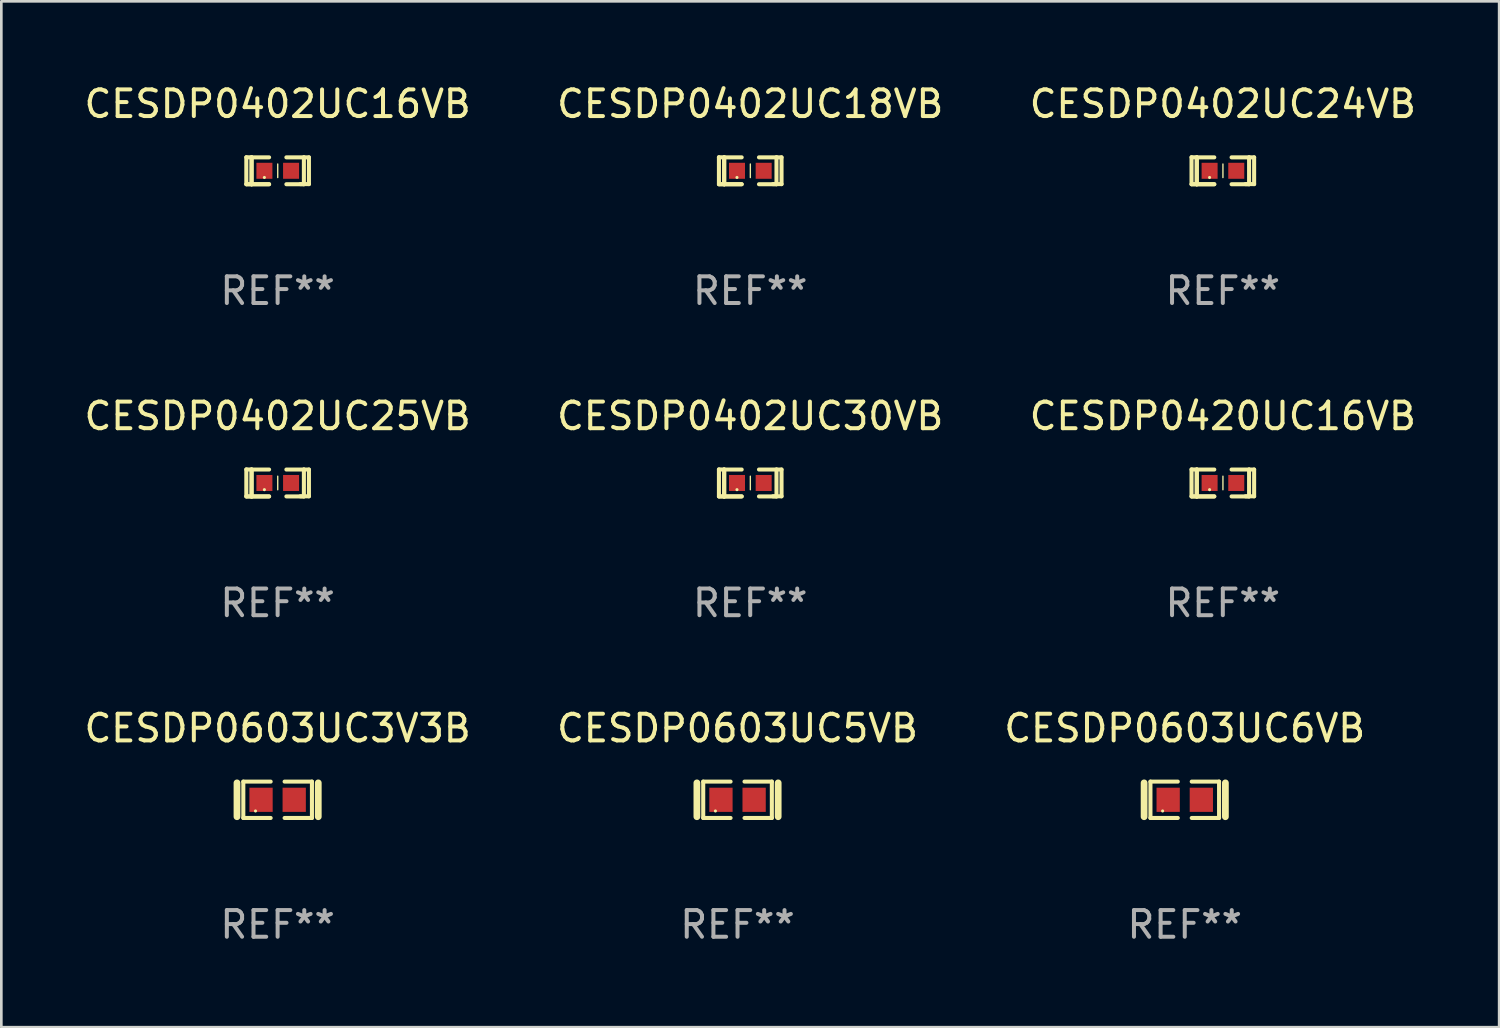
<source format=kicad_pcb>
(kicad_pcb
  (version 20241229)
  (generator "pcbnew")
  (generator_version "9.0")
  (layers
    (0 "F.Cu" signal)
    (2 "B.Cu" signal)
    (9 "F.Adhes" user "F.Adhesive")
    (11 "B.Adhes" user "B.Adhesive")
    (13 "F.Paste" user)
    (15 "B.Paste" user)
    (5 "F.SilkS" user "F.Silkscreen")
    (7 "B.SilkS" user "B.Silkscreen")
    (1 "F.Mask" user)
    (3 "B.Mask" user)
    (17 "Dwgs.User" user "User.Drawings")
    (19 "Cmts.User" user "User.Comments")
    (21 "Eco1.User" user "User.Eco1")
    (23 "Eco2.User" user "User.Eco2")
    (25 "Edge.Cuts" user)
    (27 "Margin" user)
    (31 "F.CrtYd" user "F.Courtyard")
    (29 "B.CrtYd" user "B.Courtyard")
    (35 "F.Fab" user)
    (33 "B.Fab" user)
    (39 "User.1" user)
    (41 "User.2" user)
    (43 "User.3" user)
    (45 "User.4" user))
  (footprint "CESDP0402UC18VB"
    (layer "F.Cu")
    (at 25.089 3.354)
    (property "Reference" "CESDP0402UC18VB" (at 0 -2.506 0) (layer "F.SilkS") (effects (font (size 1 1) (thickness 0.15))))
    (attr through_hole)
    (fp_line (start -1.174 -0.506) (end -0.977 -0.502) (stroke (width 0.152) (type solid)) (layer "F.SilkS"))
    (fp_line (start -1.174 0.506) (end -1.174 -0.506) (stroke (width 0.152) (type solid)) (layer "F.SilkS"))
    (fp_line (start -0.977 -0.502) (end -0.977 0.506) (stroke (width 0.152) (type solid)) (layer "F.SilkS"))
    (fp_line (start -0.977 -0.502) (end -0.977 0.506) (stroke (width 0.152) (type solid)) (layer "F.SilkS"))
    (fp_line (start -0.977 0.506) (end -1.166 0.506) (stroke (width 0.152) (type solid)) (layer "F.SilkS"))
    (fp_line (start -0.977 0.506) (end -0.32 0.506) (stroke (width 0.152) (type solid)) (layer "F.SilkS"))
    (fp_line (start -0.977 0.506) (end -0.32 0.506) (stroke (width 0.152) (type solid)) (layer "F.SilkS"))
    (fp_line (start -0.971 0.506) (end -1.174 0.506) (stroke (width 0.152) (type solid)) (layer "F.SilkS"))
    (fp_line (start -0.32 -0.502) (end -0.977 -0.502) (stroke (width 0.152) (type solid)) (layer "F.SilkS"))
    (fp_line (start 0.004 -0.252) (end 0.004 0.256) (stroke (width 0.051) (type solid)) (layer "F.SilkS"))
    (fp_line (start 0.328 0.506) (end 0.985 0.506) (stroke (width 0.152) (type solid)) (layer "F.SilkS"))
    (fp_line (start 0.985 -0.502) (end 0.328 -0.502) (stroke (width 0.152) (type solid)) (layer "F.SilkS"))
    (fp_line (start 0.985 -0.502) (end 1.174 -0.502) (stroke (width 0.152) (type solid)) (layer "F.SilkS"))
    (fp_line (start 0.985 0.506) (end 0.985 -0.502) (stroke (width 0.152) (type solid)) (layer "F.SilkS"))
    (fp_line (start 1.174 -0.502) (end 1.174 0.502) (stroke (width 0.152) (type solid)) (layer "F.SilkS"))
    (fp_line (start 1.174 0.502) (end 0.851 0.502) (stroke (width 0.152) (type solid)) (layer "F.SilkS"))
    (fp_circle (center -0.497 0.253) (end -0.467 0.253) (stroke (width 0.06) (type solid)) (fill no) (layer "F.SilkS"))
    (fp_text user "REF**" (at 0 4.506 0) (layer "F.Fab") (effects (font (size 1 1) (thickness 0.15))))
    (pad "1" smd rect (at -0.496 0.002) (size 0.6 0.6) (layers "F.Cu" "F.Mask" "F.Paste"))
    (pad "2" smd rect (at 0.504 0.002) (size 0.6 0.6) (layers "F.Cu" "F.Mask" "F.Paste")))
  (footprint "CESDP0402UC30VB"
    (layer "F.Cu")
    (at 25.089 15.063)
    (property "Reference" "CESDP0402UC30VB" (at 0 -2.506 0) (layer "F.SilkS") (effects (font (size 1 1) (thickness 0.15))))
    (attr through_hole)
    (fp_line (start -1.174 -0.506) (end -0.977 -0.502) (stroke (width 0.152) (type solid)) (layer "F.SilkS"))
    (fp_line (start -1.174 0.506) (end -1.174 -0.506) (stroke (width 0.152) (type solid)) (layer "F.SilkS"))
    (fp_line (start -0.977 -0.502) (end -0.977 0.506) (stroke (width 0.152) (type solid)) (layer "F.SilkS"))
    (fp_line (start -0.977 -0.502) (end -0.977 0.506) (stroke (width 0.152) (type solid)) (layer "F.SilkS"))
    (fp_line (start -0.977 0.506) (end -1.166 0.506) (stroke (width 0.152) (type solid)) (layer "F.SilkS"))
    (fp_line (start -0.977 0.506) (end -0.32 0.506) (stroke (width 0.152) (type solid)) (layer "F.SilkS"))
    (fp_line (start -0.977 0.506) (end -0.32 0.506) (stroke (width 0.152) (type solid)) (layer "F.SilkS"))
    (fp_line (start -0.971 0.506) (end -1.174 0.506) (stroke (width 0.152) (type solid)) (layer "F.SilkS"))
    (fp_line (start -0.32 -0.502) (end -0.977 -0.502) (stroke (width 0.152) (type solid)) (layer "F.SilkS"))
    (fp_line (start 0.004 -0.252) (end 0.004 0.256) (stroke (width 0.051) (type solid)) (layer "F.SilkS"))
    (fp_line (start 0.328 0.506) (end 0.985 0.506) (stroke (width 0.152) (type solid)) (layer "F.SilkS"))
    (fp_line (start 0.985 -0.502) (end 0.328 -0.502) (stroke (width 0.152) (type solid)) (layer "F.SilkS"))
    (fp_line (start 0.985 -0.502) (end 1.174 -0.502) (stroke (width 0.152) (type solid)) (layer "F.SilkS"))
    (fp_line (start 0.985 0.506) (end 0.985 -0.502) (stroke (width 0.152) (type solid)) (layer "F.SilkS"))
    (fp_line (start 1.174 -0.502) (end 1.174 0.502) (stroke (width 0.152) (type solid)) (layer "F.SilkS"))
    (fp_line (start 1.174 0.502) (end 0.851 0.502) (stroke (width 0.152) (type solid)) (layer "F.SilkS"))
    (fp_circle (center -0.497 0.253) (end -0.467 0.253) (stroke (width 0.06) (type solid)) (fill no) (layer "F.SilkS"))
    (fp_text user "REF**" (at 0 4.506 0) (layer "F.Fab") (effects (font (size 1 1) (thickness 0.15))))
    (pad "1" smd rect (at -0.496 0.002) (size 0.6 0.6) (layers "F.Cu" "F.Mask" "F.Paste"))
    (pad "2" smd rect (at 0.504 0.002) (size 0.6 0.6) (layers "F.Cu" "F.Mask" "F.Paste")))
  (footprint "CESDP0603UC5VB"
    (layer "F.Cu")
    (at 24.613 26.948)
    (property "Reference" "CESDP0603UC5VB" (at 0 -2.682 0) (layer "F.SilkS") (effects (font (size 1 1) (thickness 0.15))))
    (attr through_hole)
    (fp_line (start -1.524 -0.635) (end -1.524 0.635) (stroke (width 0.254) (type solid)) (layer "F.SilkS"))
    (fp_line (start -1.287 -0.682) (end -0.261 -0.682) (stroke (width 0.152) (type solid)) (layer "F.SilkS"))
    (fp_line (start -1.287 0.682) (end -1.287 -0.682) (stroke (width 0.152) (type solid)) (layer "F.SilkS"))
    (fp_line (start -0.261 0.682) (end -1.287 0.682) (stroke (width 0.152) (type solid)) (layer "F.SilkS"))
    (fp_line (start 0.261 0.682) (end 1.287 0.682) (stroke (width 0.152) (type solid)) (layer "F.SilkS"))
    (fp_line (start 1.287 -0.682) (end 0.261 -0.682) (stroke (width 0.152) (type solid)) (layer "F.SilkS"))
    (fp_line (start 1.287 0.682) (end 1.287 -0.682) (stroke (width 0.152) (type solid)) (layer "F.SilkS"))
    (fp_line (start 1.524 -0.635) (end 1.524 0.635) (stroke (width 0.254) (type solid)) (layer "F.SilkS"))
    (fp_circle (center -0.83 0.42) (end -0.8 0.42) (stroke (width 0.06) (type solid)) (fill no) (layer "F.SilkS"))
    (fp_text user "REF**" (at 0 4.682 0) (layer "F.Fab") (effects (font (size 1 1) (thickness 0.15))))
    (pad "1" smd rect (at -0.622 0) (size 0.873 0.907) (layers "F.Cu" "F.Mask" "F.Paste"))
    (pad "2" smd rect (at 0.622 0) (size 0.873 0.907) (layers "F.Cu" "F.Mask" "F.Paste")))
  (footprint "CESDP0603UC6VB"
    (layer "F.Cu")
    (at 41.387 26.948)
    (property "Reference" "CESDP0603UC6VB" (at 0 -2.682 0) (layer "F.SilkS") (effects (font (size 1 1) (thickness 0.15))))
    (attr through_hole)
    (fp_line (start -1.524 -0.635) (end -1.524 0.635) (stroke (width 0.254) (type solid)) (layer "F.SilkS"))
    (fp_line (start -1.287 -0.682) (end -0.261 -0.682) (stroke (width 0.152) (type solid)) (layer "F.SilkS"))
    (fp_line (start -1.287 0.682) (end -1.287 -0.682) (stroke (width 0.152) (type solid)) (layer "F.SilkS"))
    (fp_line (start -0.261 0.682) (end -1.287 0.682) (stroke (width 0.152) (type solid)) (layer "F.SilkS"))
    (fp_line (start 0.261 0.682) (end 1.287 0.682) (stroke (width 0.152) (type solid)) (layer "F.SilkS"))
    (fp_line (start 1.287 -0.682) (end 0.261 -0.682) (stroke (width 0.152) (type solid)) (layer "F.SilkS"))
    (fp_line (start 1.287 0.682) (end 1.287 -0.682) (stroke (width 0.152) (type solid)) (layer "F.SilkS"))
    (fp_line (start 1.524 -0.635) (end 1.524 0.635) (stroke (width 0.254) (type solid)) (layer "F.SilkS"))
    (fp_circle (center -0.83 0.42) (end -0.8 0.42) (stroke (width 0.06) (type solid)) (fill no) (layer "F.SilkS"))
    (fp_text user "REF**" (at 0 4.682 0) (layer "F.Fab") (effects (font (size 1 1) (thickness 0.15))))
    (pad "1" smd rect (at -0.622 0) (size 0.873 0.907) (layers "F.Cu" "F.Mask" "F.Paste"))
    (pad "2" smd rect (at 0.622 0) (size 0.873 0.907) (layers "F.Cu" "F.Mask" "F.Paste")))
  (footprint "CESDP0603UC3V3B"
    (layer "F.Cu")
    (at 7.363 26.948)
    (property "Reference" "CESDP0603UC3V3B" (at 0 -2.682 0) (layer "F.SilkS") (effects (font (size 1 1) (thickness 0.15))))
    (attr through_hole)
    (fp_line (start -1.524 -0.635) (end -1.524 0.635) (stroke (width 0.254) (type solid)) (layer "F.SilkS"))
    (fp_line (start -1.287 -0.682) (end -0.261 -0.682) (stroke (width 0.152) (type solid)) (layer "F.SilkS"))
    (fp_line (start -1.287 0.682) (end -1.287 -0.682) (stroke (width 0.152) (type solid)) (layer "F.SilkS"))
    (fp_line (start -0.261 0.682) (end -1.287 0.682) (stroke (width 0.152) (type solid)) (layer "F.SilkS"))
    (fp_line (start 0.261 0.682) (end 1.287 0.682) (stroke (width 0.152) (type solid)) (layer "F.SilkS"))
    (fp_line (start 1.287 -0.682) (end 0.261 -0.682) (stroke (width 0.152) (type solid)) (layer "F.SilkS"))
    (fp_line (start 1.287 0.682) (end 1.287 -0.682) (stroke (width 0.152) (type solid)) (layer "F.SilkS"))
    (fp_line (start 1.524 -0.635) (end 1.524 0.635) (stroke (width 0.254) (type solid)) (layer "F.SilkS"))
    (fp_circle (center -0.83 0.42) (end -0.8 0.42) (stroke (width 0.06) (type solid)) (fill no) (layer "F.SilkS"))
    (fp_text user "REF**" (at 0 4.682 0) (layer "F.Fab") (effects (font (size 1 1) (thickness 0.15))))
    (pad "1" smd rect (at -0.622 0) (size 0.873 0.907) (layers "F.Cu" "F.Mask" "F.Paste"))
    (pad "2" smd rect (at 0.622 0) (size 0.873 0.907) (layers "F.Cu" "F.Mask" "F.Paste")))
  (footprint "CESDP0420UC16VB"
    (layer "F.Cu")
    (at 42.815 15.063)
    (property "Reference" "CESDP0420UC16VB" (at 0 -2.506 0) (layer "F.SilkS") (effects (font (size 1 1) (thickness 0.15))))
    (attr through_hole)
    (fp_line (start -1.174 -0.506) (end -0.977 -0.502) (stroke (width 0.152) (type solid)) (layer "F.SilkS"))
    (fp_line (start -1.174 0.506) (end -1.174 -0.506) (stroke (width 0.152) (type solid)) (layer "F.SilkS"))
    (fp_line (start -0.977 -0.502) (end -0.977 0.506) (stroke (width 0.152) (type solid)) (layer "F.SilkS"))
    (fp_line (start -0.977 -0.502) (end -0.977 0.506) (stroke (width 0.152) (type solid)) (layer "F.SilkS"))
    (fp_line (start -0.977 0.506) (end -1.166 0.506) (stroke (width 0.152) (type solid)) (layer "F.SilkS"))
    (fp_line (start -0.977 0.506) (end -0.32 0.506) (stroke (width 0.152) (type solid)) (layer "F.SilkS"))
    (fp_line (start -0.977 0.506) (end -0.32 0.506) (stroke (width 0.152) (type solid)) (layer "F.SilkS"))
    (fp_line (start -0.971 0.506) (end -1.174 0.506) (stroke (width 0.152) (type solid)) (layer "F.SilkS"))
    (fp_line (start -0.32 -0.502) (end -0.977 -0.502) (stroke (width 0.152) (type solid)) (layer "F.SilkS"))
    (fp_line (start 0.004 -0.252) (end 0.004 0.256) (stroke (width 0.051) (type solid)) (layer "F.SilkS"))
    (fp_line (start 0.328 0.506) (end 0.985 0.506) (stroke (width 0.152) (type solid)) (layer "F.SilkS"))
    (fp_line (start 0.985 -0.502) (end 0.328 -0.502) (stroke (width 0.152) (type solid)) (layer "F.SilkS"))
    (fp_line (start 0.985 -0.502) (end 1.174 -0.502) (stroke (width 0.152) (type solid)) (layer "F.SilkS"))
    (fp_line (start 0.985 0.506) (end 0.985 -0.502) (stroke (width 0.152) (type solid)) (layer "F.SilkS"))
    (fp_line (start 1.174 -0.502) (end 1.174 0.502) (stroke (width 0.152) (type solid)) (layer "F.SilkS"))
    (fp_line (start 1.174 0.502) (end 0.851 0.502) (stroke (width 0.152) (type solid)) (layer "F.SilkS"))
    (fp_circle (center -0.497 0.253) (end -0.467 0.253) (stroke (width 0.06) (type solid)) (fill no) (layer "F.SilkS"))
    (fp_text user "REF**" (at 0 4.506 0) (layer "F.Fab") (effects (font (size 1 1) (thickness 0.15))))
    (pad "1" smd rect (at -0.496 0.002) (size 0.6 0.6) (layers "F.Cu" "F.Mask" "F.Paste"))
    (pad "2" smd rect (at 0.504 0.002) (size 0.6 0.6) (layers "F.Cu" "F.Mask" "F.Paste")))
  (footprint "CESDP0402UC25VB"
    (layer "F.Cu")
    (at 7.363 15.063)
    (property "Reference" "CESDP0402UC25VB" (at 0 -2.506 0) (layer "F.SilkS") (effects (font (size 1 1) (thickness 0.15))))
    (attr through_hole)
    (fp_line (start -1.174 -0.506) (end -0.977 -0.502) (stroke (width 0.152) (type solid)) (layer "F.SilkS"))
    (fp_line (start -1.174 0.506) (end -1.174 -0.506) (stroke (width 0.152) (type solid)) (layer "F.SilkS"))
    (fp_line (start -0.977 -0.502) (end -0.977 0.506) (stroke (width 0.152) (type solid)) (layer "F.SilkS"))
    (fp_line (start -0.977 -0.502) (end -0.977 0.506) (stroke (width 0.152) (type solid)) (layer "F.SilkS"))
    (fp_line (start -0.977 0.506) (end -1.166 0.506) (stroke (width 0.152) (type solid)) (layer "F.SilkS"))
    (fp_line (start -0.977 0.506) (end -0.32 0.506) (stroke (width 0.152) (type solid)) (layer "F.SilkS"))
    (fp_line (start -0.977 0.506) (end -0.32 0.506) (stroke (width 0.152) (type solid)) (layer "F.SilkS"))
    (fp_line (start -0.971 0.506) (end -1.174 0.506) (stroke (width 0.152) (type solid)) (layer "F.SilkS"))
    (fp_line (start -0.32 -0.502) (end -0.977 -0.502) (stroke (width 0.152) (type solid)) (layer "F.SilkS"))
    (fp_line (start 0.004 -0.252) (end 0.004 0.256) (stroke (width 0.051) (type solid)) (layer "F.SilkS"))
    (fp_line (start 0.328 0.506) (end 0.985 0.506) (stroke (width 0.152) (type solid)) (layer "F.SilkS"))
    (fp_line (start 0.985 -0.502) (end 0.328 -0.502) (stroke (width 0.152) (type solid)) (layer "F.SilkS"))
    (fp_line (start 0.985 -0.502) (end 1.174 -0.502) (stroke (width 0.152) (type solid)) (layer "F.SilkS"))
    (fp_line (start 0.985 0.506) (end 0.985 -0.502) (stroke (width 0.152) (type solid)) (layer "F.SilkS"))
    (fp_line (start 1.174 -0.502) (end 1.174 0.502) (stroke (width 0.152) (type solid)) (layer "F.SilkS"))
    (fp_line (start 1.174 0.502) (end 0.851 0.502) (stroke (width 0.152) (type solid)) (layer "F.SilkS"))
    (fp_circle (center -0.497 0.253) (end -0.467 0.253) (stroke (width 0.06) (type solid)) (fill no) (layer "F.SilkS"))
    (fp_text user "REF**" (at 0 4.506 0) (layer "F.Fab") (effects (font (size 1 1) (thickness 0.15))))
    (pad "1" smd rect (at -0.496 0.002) (size 0.6 0.6) (layers "F.Cu" "F.Mask" "F.Paste"))
    (pad "2" smd rect (at 0.504 0.002) (size 0.6 0.6) (layers "F.Cu" "F.Mask" "F.Paste")))
  (footprint "CESDP0402UC16VB"
    (layer "F.Cu")
    (at 7.363 3.354)
    (property "Reference" "CESDP0402UC16VB" (at 0 -2.506 0) (layer "F.SilkS") (effects (font (size 1 1) (thickness 0.15))))
    (attr through_hole)
    (fp_line (start -1.174 -0.506) (end -0.977 -0.502) (stroke (width 0.152) (type solid)) (layer "F.SilkS"))
    (fp_line (start -1.174 0.506) (end -1.174 -0.506) (stroke (width 0.152) (type solid)) (layer "F.SilkS"))
    (fp_line (start -0.977 -0.502) (end -0.977 0.506) (stroke (width 0.152) (type solid)) (layer "F.SilkS"))
    (fp_line (start -0.977 -0.502) (end -0.977 0.506) (stroke (width 0.152) (type solid)) (layer "F.SilkS"))
    (fp_line (start -0.977 0.506) (end -1.166 0.506) (stroke (width 0.152) (type solid)) (layer "F.SilkS"))
    (fp_line (start -0.977 0.506) (end -0.32 0.506) (stroke (width 0.152) (type solid)) (layer "F.SilkS"))
    (fp_line (start -0.977 0.506) (end -0.32 0.506) (stroke (width 0.152) (type solid)) (layer "F.SilkS"))
    (fp_line (start -0.971 0.506) (end -1.174 0.506) (stroke (width 0.152) (type solid)) (layer "F.SilkS"))
    (fp_line (start -0.32 -0.502) (end -0.977 -0.502) (stroke (width 0.152) (type solid)) (layer "F.SilkS"))
    (fp_line (start 0.004 -0.252) (end 0.004 0.256) (stroke (width 0.051) (type solid)) (layer "F.SilkS"))
    (fp_line (start 0.328 0.506) (end 0.985 0.506) (stroke (width 0.152) (type solid)) (layer "F.SilkS"))
    (fp_line (start 0.985 -0.502) (end 0.328 -0.502) (stroke (width 0.152) (type solid)) (layer "F.SilkS"))
    (fp_line (start 0.985 -0.502) (end 1.174 -0.502) (stroke (width 0.152) (type solid)) (layer "F.SilkS"))
    (fp_line (start 0.985 0.506) (end 0.985 -0.502) (stroke (width 0.152) (type solid)) (layer "F.SilkS"))
    (fp_line (start 1.174 -0.502) (end 1.174 0.502) (stroke (width 0.152) (type solid)) (layer "F.SilkS"))
    (fp_line (start 1.174 0.502) (end 0.851 0.502) (stroke (width 0.152) (type solid)) (layer "F.SilkS"))
    (fp_circle (center -0.497 0.253) (end -0.467 0.253) (stroke (width 0.06) (type solid)) (fill no) (layer "F.SilkS"))
    (fp_text user "REF**" (at 0 4.506 0) (layer "F.Fab") (effects (font (size 1 1) (thickness 0.15))))
    (pad "1" smd rect (at -0.496 0.002) (size 0.6 0.6) (layers "F.Cu" "F.Mask" "F.Paste"))
    (pad "2" smd rect (at 0.504 0.002) (size 0.6 0.6) (layers "F.Cu" "F.Mask" "F.Paste")))
  (footprint "CESDP0402UC24VB"
    (layer "F.Cu")
    (at 42.815 3.354)
    (property "Reference" "CESDP0402UC24VB" (at 0 -2.506 0) (layer "F.SilkS") (effects (font (size 1 1) (thickness 0.15))))
    (attr through_hole)
    (fp_line (start -1.174 -0.506) (end -0.977 -0.502) (stroke (width 0.152) (type solid)) (layer "F.SilkS"))
    (fp_line (start -1.174 0.506) (end -1.174 -0.506) (stroke (width 0.152) (type solid)) (layer "F.SilkS"))
    (fp_line (start -0.977 -0.502) (end -0.977 0.506) (stroke (width 0.152) (type solid)) (layer "F.SilkS"))
    (fp_line (start -0.977 -0.502) (end -0.977 0.506) (stroke (width 0.152) (type solid)) (layer "F.SilkS"))
    (fp_line (start -0.977 0.506) (end -1.166 0.506) (stroke (width 0.152) (type solid)) (layer "F.SilkS"))
    (fp_line (start -0.977 0.506) (end -0.32 0.506) (stroke (width 0.152) (type solid)) (layer "F.SilkS"))
    (fp_line (start -0.977 0.506) (end -0.32 0.506) (stroke (width 0.152) (type solid)) (layer "F.SilkS"))
    (fp_line (start -0.971 0.506) (end -1.174 0.506) (stroke (width 0.152) (type solid)) (layer "F.SilkS"))
    (fp_line (start -0.32 -0.502) (end -0.977 -0.502) (stroke (width 0.152) (type solid)) (layer "F.SilkS"))
    (fp_line (start 0.004 -0.252) (end 0.004 0.256) (stroke (width 0.051) (type solid)) (layer "F.SilkS"))
    (fp_line (start 0.328 0.506) (end 0.985 0.506) (stroke (width 0.152) (type solid)) (layer "F.SilkS"))
    (fp_line (start 0.985 -0.502) (end 0.328 -0.502) (stroke (width 0.152) (type solid)) (layer "F.SilkS"))
    (fp_line (start 0.985 -0.502) (end 1.174 -0.502) (stroke (width 0.152) (type solid)) (layer "F.SilkS"))
    (fp_line (start 0.985 0.506) (end 0.985 -0.502) (stroke (width 0.152) (type solid)) (layer "F.SilkS"))
    (fp_line (start 1.174 -0.502) (end 1.174 0.502) (stroke (width 0.152) (type solid)) (layer "F.SilkS"))
    (fp_line (start 1.174 0.502) (end 0.851 0.502) (stroke (width 0.152) (type solid)) (layer "F.SilkS"))
    (fp_circle (center -0.497 0.253) (end -0.467 0.253) (stroke (width 0.06) (type solid)) (fill no) (layer "F.SilkS"))
    (fp_text user "REF**" (at 0 4.506 0) (layer "F.Fab") (effects (font (size 1 1) (thickness 0.15))))
    (pad "1" smd rect (at -0.496 0.002) (size 0.6 0.6) (layers "F.Cu" "F.Mask" "F.Paste"))
    (pad "2" smd rect (at 0.504 0.002) (size 0.6 0.6) (layers "F.Cu" "F.Mask" "F.Paste")))
  (gr_rect
    (start -3 -3)
    (end 53.179 35.478)
    (stroke (width 0.1) (type default))
    (fill no)
    (layer "Edge.Cuts")))
</source>
